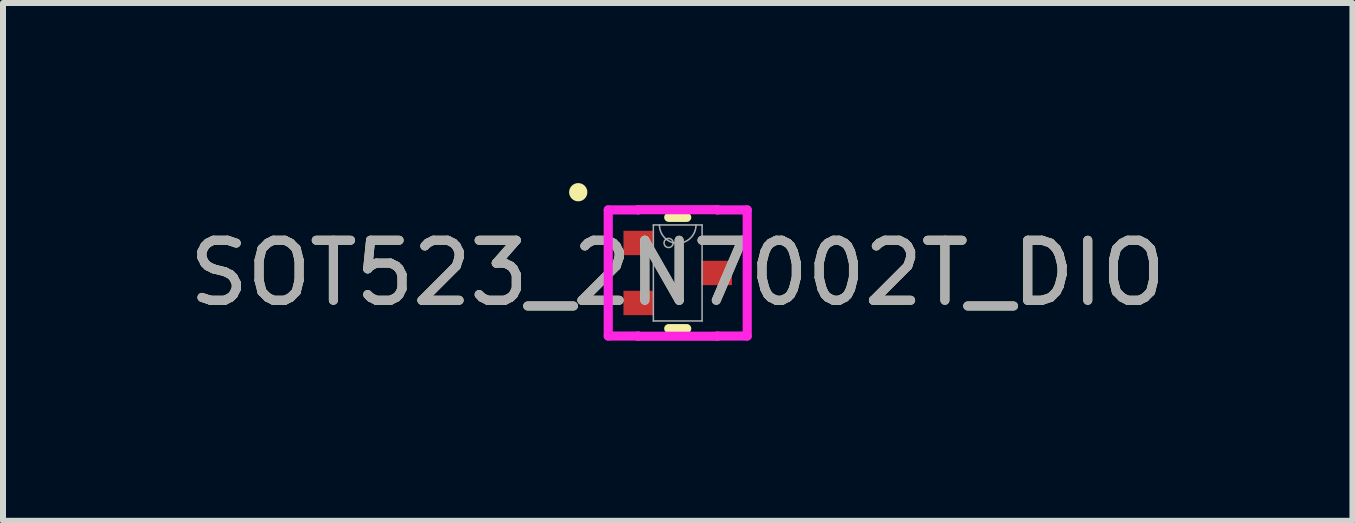
<source format=kicad_pcb>
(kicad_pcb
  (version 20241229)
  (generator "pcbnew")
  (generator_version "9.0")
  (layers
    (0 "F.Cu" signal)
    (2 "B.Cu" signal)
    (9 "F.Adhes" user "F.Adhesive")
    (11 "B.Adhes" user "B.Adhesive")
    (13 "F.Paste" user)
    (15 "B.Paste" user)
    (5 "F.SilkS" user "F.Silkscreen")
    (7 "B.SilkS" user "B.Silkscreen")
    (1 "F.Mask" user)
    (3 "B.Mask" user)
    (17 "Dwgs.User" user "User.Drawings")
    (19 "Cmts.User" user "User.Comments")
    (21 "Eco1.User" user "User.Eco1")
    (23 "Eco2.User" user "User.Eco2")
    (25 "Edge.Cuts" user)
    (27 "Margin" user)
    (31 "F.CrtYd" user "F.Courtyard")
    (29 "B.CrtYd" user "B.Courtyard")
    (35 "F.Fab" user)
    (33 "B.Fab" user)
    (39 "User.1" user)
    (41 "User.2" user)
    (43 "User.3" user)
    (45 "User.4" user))
  (footprint "SOT523_2N7002T_DIO"
    (layer "F.Cu")
    (at 8.244 1.499)
    (property "Reference" "SOT523_2N7002T_DIO" (at 0 0 0) (unlocked yes) (layer "F.SilkS") (effects (font (size 1 1) (thickness 0.15))))
    (attr smd)
    (fp_line (start -0.15 0.927) (end 0.15 0.927) (stroke (width 0.152) (type solid)) (layer "F.SilkS"))
    (fp_line (start 0.15 -0.927) (end -0.15 -0.927) (stroke (width 0.152) (type solid)) (layer "F.SilkS"))
    (fp_circle (center -1.658 -1.346) (end -1.582 -1.346) (stroke (width 0.152) (type solid)) (fill no) (layer "F.SilkS"))
    (fp_line (start -1.158 -1.051) (end -0.66 -1.051) (stroke (width 0.152) (type solid)) (layer "F.CrtYd"))
    (fp_line (start -1.158 1.051) (end -1.158 -1.051) (stroke (width 0.152) (type solid)) (layer "F.CrtYd"))
    (fp_line (start -1.158 1.051) (end -0.66 1.051) (stroke (width 0.152) (type solid)) (layer "F.CrtYd"))
    (fp_line (start -0.66 -1.054) (end 0.66 -1.054) (stroke (width 0.152) (type solid)) (layer "F.CrtYd"))
    (fp_line (start -0.66 -1.051) (end -0.66 -1.054) (stroke (width 0.152) (type solid)) (layer "F.CrtYd"))
    (fp_line (start -0.66 1.054) (end -0.66 1.051) (stroke (width 0.152) (type solid)) (layer "F.CrtYd"))
    (fp_line (start 0.66 -1.054) (end 0.66 -1.051) (stroke (width 0.152) (type solid)) (layer "F.CrtYd"))
    (fp_line (start 0.66 1.051) (end 0.66 1.054) (stroke (width 0.152) (type solid)) (layer "F.CrtYd"))
    (fp_line (start 0.66 1.054) (end -0.66 1.054) (stroke (width 0.152) (type solid)) (layer "F.CrtYd"))
    (fp_line (start 1.158 -1.051) (end 0.66 -1.051) (stroke (width 0.152) (type solid)) (layer "F.CrtYd"))
    (fp_line (start 1.158 -1.051) (end 1.158 1.051) (stroke (width 0.152) (type solid)) (layer "F.CrtYd"))
    (fp_line (start 1.158 1.051) (end 0.66 1.051) (stroke (width 0.152) (type solid)) (layer "F.CrtYd"))
    (fp_line (start -0.406 -0.8) (end -0.406 0.8) (stroke (width 0.025) (type solid)) (layer "F.Fab"))
    (fp_line (start -0.406 0.8) (end 0.406 0.8) (stroke (width 0.025) (type solid)) (layer "F.Fab"))
    (fp_line (start 0.406 -0.8) (end -0.406 -0.8) (stroke (width 0.025) (type solid)) (layer "F.Fab"))
    (fp_line (start 0.406 0.8) (end 0.406 -0.8) (stroke (width 0.025) (type solid)) (layer "F.Fab"))
    (fp_arc (start 0.3048 -0.8001) (mid 0 -0.4953) (end -0.3048 -0.8001) (stroke (width 0.0254) (type solid)) (layer "F.Fab"))
    (fp_circle (center -0.152 -0.5) (end -0.076 -0.5) (stroke (width 0.025) (type solid)) (fill no) (layer "F.Fab"))
    (fp_text user "${REFERENCE}" (at 0 0 0) (unlocked yes) (layer "F.Fab") (effects (font (size 1 1) (thickness 0.15))))
    (pad "1" smd rect (at -0.65 -0.5) (size 0.508 0.406) (layers "F.Cu" "F.Mask" "F.Paste"))
    (pad "2" smd rect (at -0.65 0.5) (size 0.508 0.406) (layers "F.Cu" "F.Mask" "F.Paste"))
    (pad "3" smd rect (at 0.65 0) (size 0.508 0.406) (layers "F.Cu" "F.Mask" "F.Paste")))
  (gr_rect
    (start -3 -3)
    (end 19.488 5.629)
    (stroke (width 0.1) (type default))
    (fill no)
    (layer "Edge.Cuts")))
</source>
